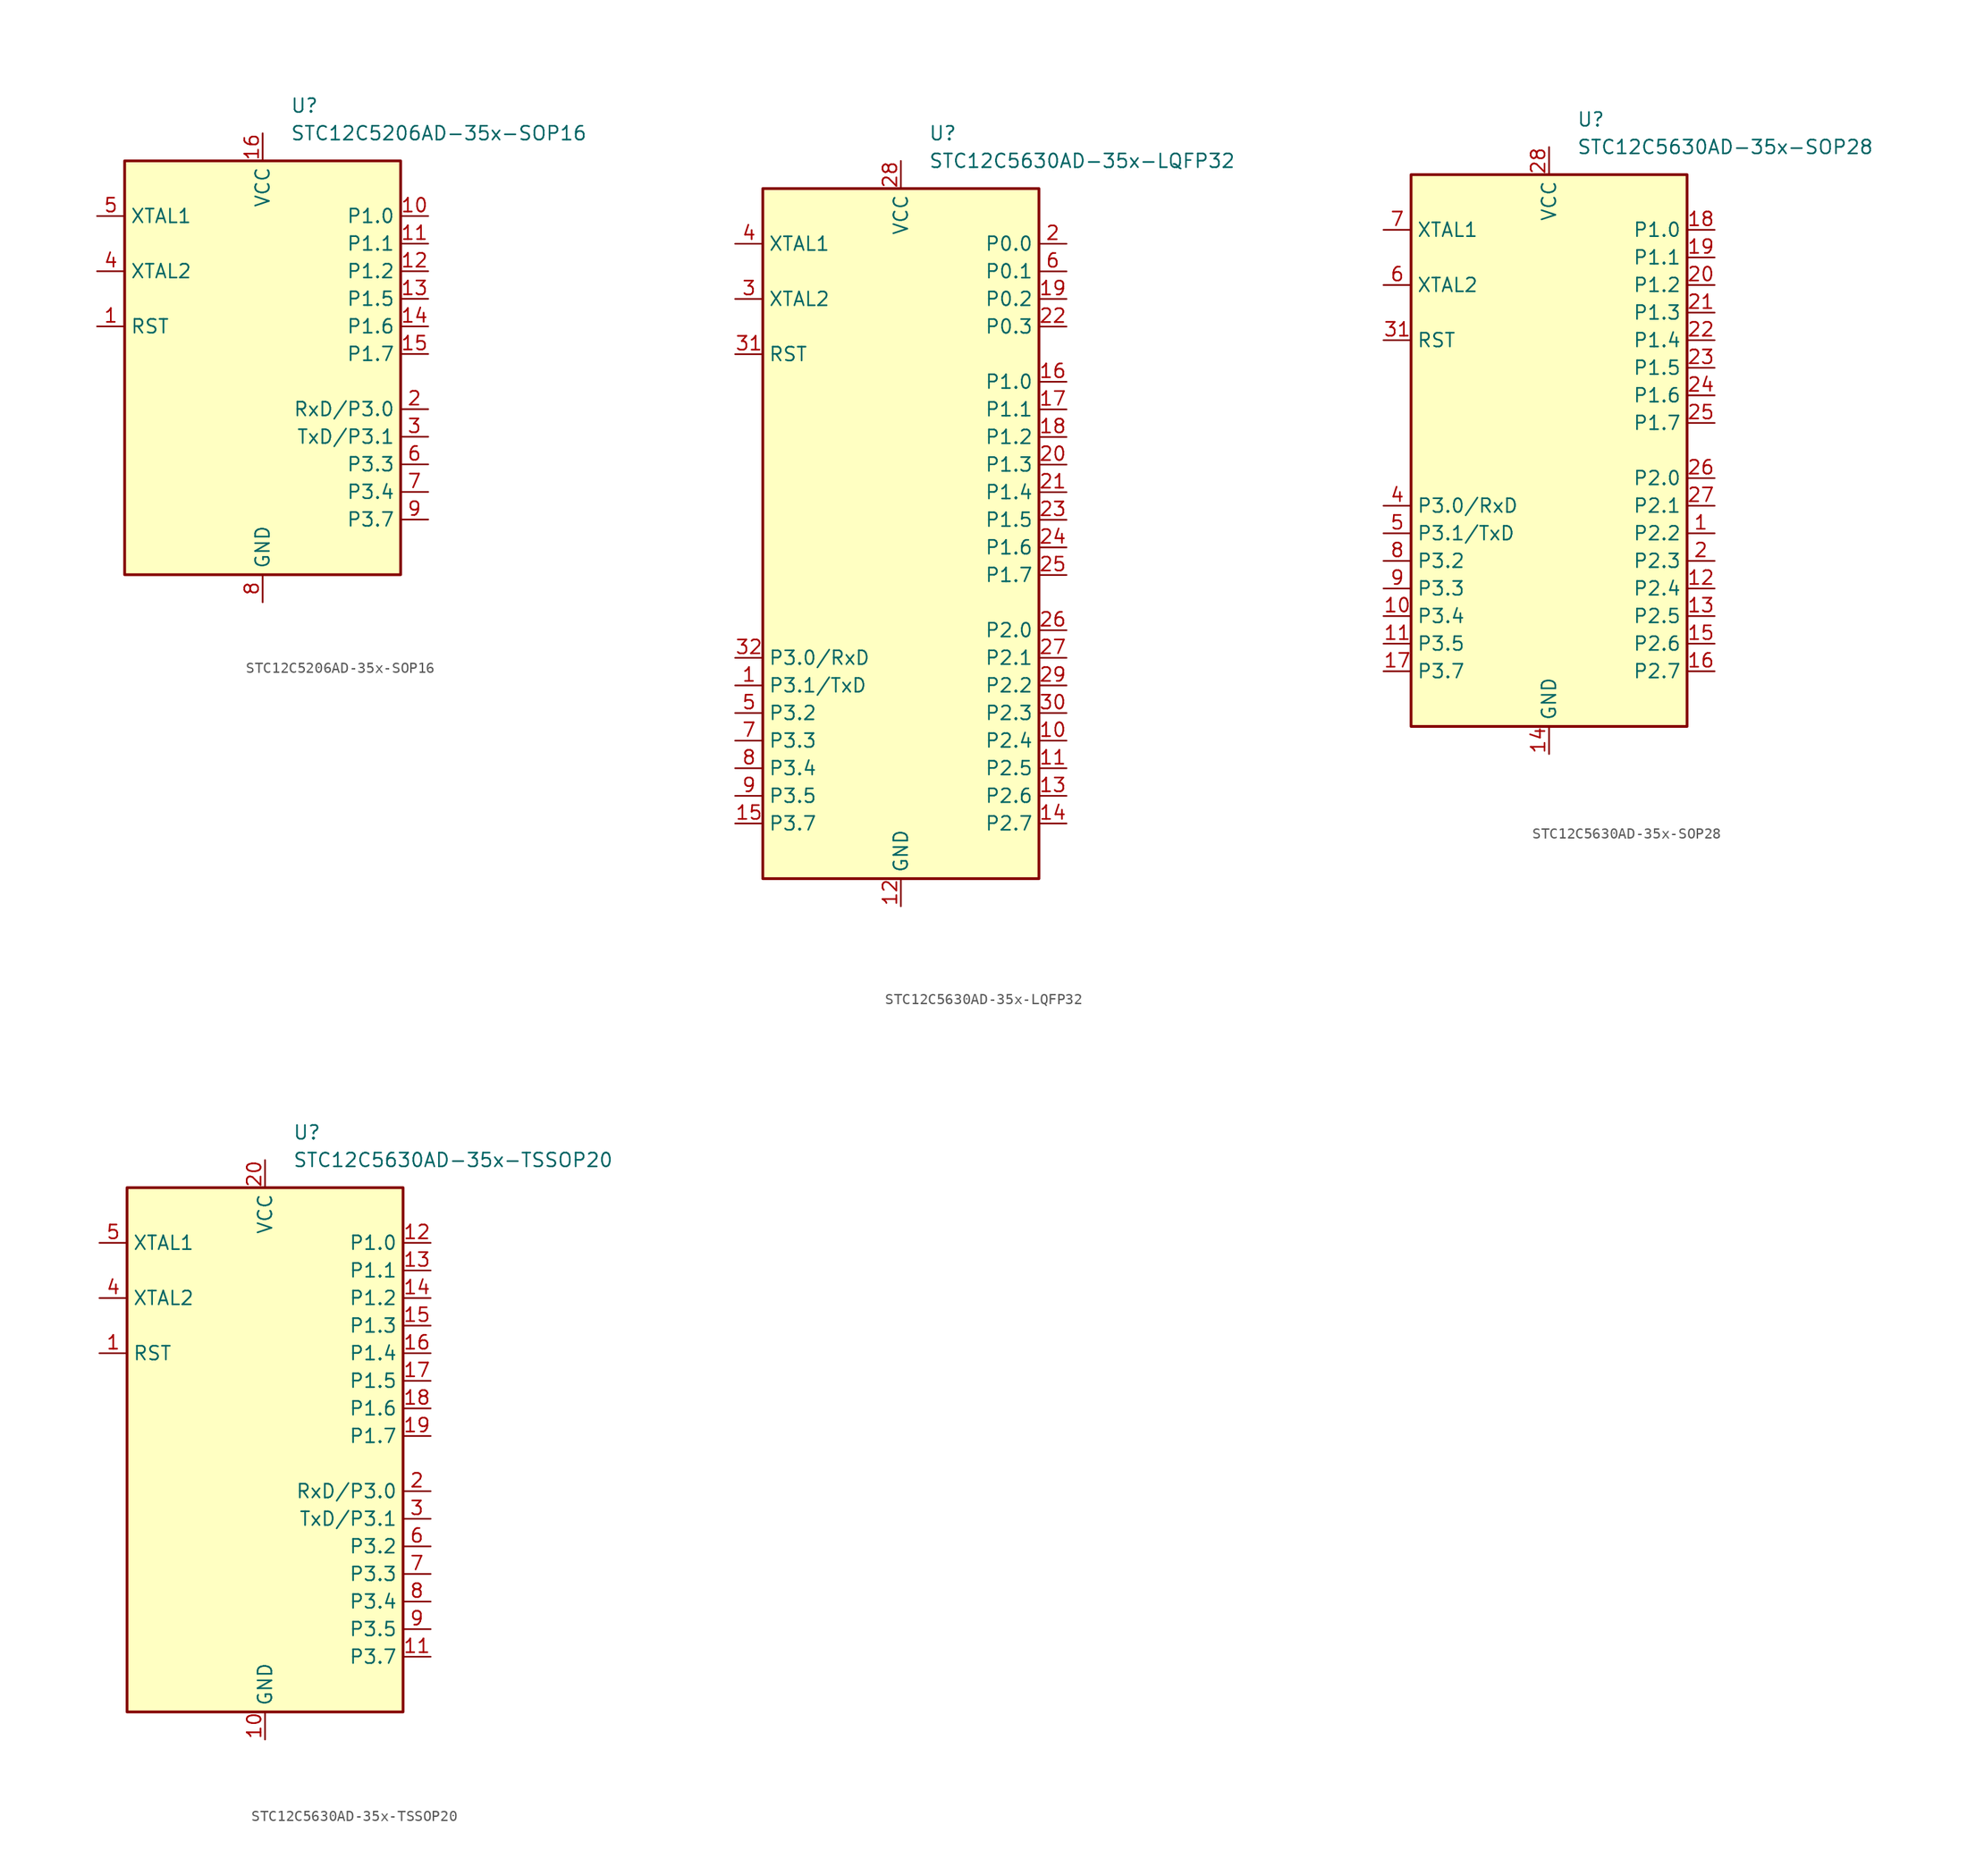
<source format=kicad_sym>
(kicad_symbol_lib
  (version 20211014)
  (generator kicad_symbol_editor)
  (symbol "STC12C5206AD-35x-SOP16"
    (property "Reference" "U"
      (at 2.54 24.13 0)
      (effects (font (size 1.27 1.27)) (justify left)))
    (property "Value" "STC12C5206AD-35x-SOP16"
      (at 2.54 21.59 0)
      (effects (font (size 1.27 1.27)) (justify left)))
    (symbol "STC12C5206AD-35x-SOP16_0_1"
      (rectangle (start -12.7 19.05) (end 12.7 -19.05) (stroke (width 0.254) (type default) (color 0 0 0 0)) (fill (type background))))
    (symbol "STC12C5206AD-35x-SOP16_1_1"
      (pin input line (at -15.24 3.81 0) (length 2.54) (name "RST" (effects (font (size 1.27 1.27)))) (number "1" (effects (font (size 1.27 1.27)))))
      (pin bidirectional line (at 15.24 13.97 180) (length 2.54) (name "P1.0" (effects (font (size 1.27 1.27)))) (number "10" (effects (font (size 1.27 1.27)))))
      (pin bidirectional line (at 15.24 11.43 180) (length 2.54) (name "P1.1" (effects (font (size 1.27 1.27)))) (number "11" (effects (font (size 1.27 1.27)))))
      (pin bidirectional line (at 15.24 8.89 180) (length 2.54) (name "P1.2" (effects (font (size 1.27 1.27)))) (number "12" (effects (font (size 1.27 1.27)))))
      (pin bidirectional line (at 15.24 6.35 180) (length 2.54) (name "P1.5" (effects (font (size 1.27 1.27)))) (number "13" (effects (font (size 1.27 1.27)))))
      (pin bidirectional line (at 15.24 3.81 180) (length 2.54) (name "P1.6" (effects (font (size 1.27 1.27)))) (number "14" (effects (font (size 1.27 1.27)))))
      (pin bidirectional line (at 15.24 1.27 180) (length 2.54) (name "P1.7" (effects (font (size 1.27 1.27)))) (number "15" (effects (font (size 1.27 1.27)))))
      (pin power_in line (at 0 21.59 270) (length 2.54) (name "VCC" (effects (font (size 1.27 1.27)))) (number "16" (effects (font (size 1.27 1.27)))))
      (pin bidirectional line (at 15.24 -3.81 180) (length 2.54) (name "RxD/P3.0" (effects (font (size 1.27 1.27)))) (number "2" (effects (font (size 1.27 1.27)))))
      (pin bidirectional line (at 15.24 -6.35 180) (length 2.54) (name "TxD/P3.1" (effects (font (size 1.27 1.27)))) (number "3" (effects (font (size 1.27 1.27)))))
      (pin output line (at -15.24 8.89 0) (length 2.54) (name "XTAL2" (effects (font (size 1.27 1.27)))) (number "4" (effects (font (size 1.27 1.27)))))
      (pin input line (at -15.24 13.97 0) (length 2.54) (name "XTAL1" (effects (font (size 1.27 1.27)))) (number "5" (effects (font (size 1.27 1.27)))))
      (pin bidirectional line (at 15.24 -8.89 180) (length 2.54) (name "P3.3" (effects (font (size 1.27 1.27)))) (number "6" (effects (font (size 1.27 1.27)))))
      (pin bidirectional line (at 15.24 -11.43 180) (length 2.54) (name "P3.4" (effects (font (size 1.27 1.27)))) (number "7" (effects (font (size 1.27 1.27)))))
      (pin power_in line (at 0 -21.59 90) (length 2.54) (name "GND" (effects (font (size 1.27 1.27)))) (number "8" (effects (font (size 1.27 1.27)))))
      (pin bidirectional line (at 15.24 -13.97 180) (length 2.54) (name "P3.7" (effects (font (size 1.27 1.27)))) (number "9" (effects (font (size 1.27 1.27)))))))
  (symbol "STC12C5630AD-35x-LQFP32"
    (property "Reference" "U"
      (at 2.54 36.83 0)
      (effects (font (size 1.27 1.27)) (justify left)))
    (property "Value" "STC12C5630AD-35x-LQFP32"
      (at 2.54 34.29 0)
      (effects (font (size 1.27 1.27)) (justify left)))
    (symbol "STC12C5630AD-35x-LQFP32_0_1"
      (rectangle (start -12.7 31.75) (end 12.7 -31.75) (stroke (width 0.254) (type default) (color 0 0 0 0)) (fill (type background))))
    (symbol "STC12C5630AD-35x-LQFP32_1_1"
      (pin bidirectional line (at -15.24 -13.97 0) (length 2.54) (name "P3.1/TxD" (effects (font (size 1.27 1.27)))) (number "1" (effects (font (size 1.27 1.27)))))
      (pin bidirectional line (at 15.24 -19.05 180) (length 2.54) (name "P2.4" (effects (font (size 1.27 1.27)))) (number "10" (effects (font (size 1.27 1.27)))))
      (pin bidirectional line (at 15.24 -21.59 180) (length 2.54) (name "P2.5" (effects (font (size 1.27 1.27)))) (number "11" (effects (font (size 1.27 1.27)))))
      (pin power_in line (at 0 -34.29 90) (length 2.54) (name "GND" (effects (font (size 1.27 1.27)))) (number "12" (effects (font (size 1.27 1.27)))))
      (pin bidirectional line (at 15.24 -24.13 180) (length 2.54) (name "P2.6" (effects (font (size 1.27 1.27)))) (number "13" (effects (font (size 1.27 1.27)))))
      (pin bidirectional line (at 15.24 -26.67 180) (length 2.54) (name "P2.7" (effects (font (size 1.27 1.27)))) (number "14" (effects (font (size 1.27 1.27)))))
      (pin bidirectional line (at -15.24 -26.67 0) (length 2.54) (name "P3.7" (effects (font (size 1.27 1.27)))) (number "15" (effects (font (size 1.27 1.27)))))
      (pin bidirectional line (at 15.24 13.97 180) (length 2.54) (name "P1.0" (effects (font (size 1.27 1.27)))) (number "16" (effects (font (size 1.27 1.27)))))
      (pin bidirectional line (at 15.24 11.43 180) (length 2.54) (name "P1.1" (effects (font (size 1.27 1.27)))) (number "17" (effects (font (size 1.27 1.27)))))
      (pin bidirectional line (at 15.24 8.89 180) (length 2.54) (name "P1.2" (effects (font (size 1.27 1.27)))) (number "18" (effects (font (size 1.27 1.27)))))
      (pin bidirectional line (at 15.24 21.59 180) (length 2.54) (name "P0.2" (effects (font (size 1.27 1.27)))) (number "19" (effects (font (size 1.27 1.27)))))
      (pin bidirectional line (at 15.24 26.67 180) (length 2.54) (name "P0.0" (effects (font (size 1.27 1.27)))) (number "2" (effects (font (size 1.27 1.27)))))
      (pin bidirectional line (at 15.24 6.35 180) (length 2.54) (name "P1.3" (effects (font (size 1.27 1.27)))) (number "20" (effects (font (size 1.27 1.27)))))
      (pin bidirectional line (at 15.24 3.81 180) (length 2.54) (name "P1.4" (effects (font (size 1.27 1.27)))) (number "21" (effects (font (size 1.27 1.27)))))
      (pin bidirectional line (at 15.24 19.05 180) (length 2.54) (name "P0.3" (effects (font (size 1.27 1.27)))) (number "22" (effects (font (size 1.27 1.27)))))
      (pin bidirectional line (at 15.24 1.27 180) (length 2.54) (name "P1.5" (effects (font (size 1.27 1.27)))) (number "23" (effects (font (size 1.27 1.27)))))
      (pin bidirectional line (at 15.24 -1.27 180) (length 2.54) (name "P1.6" (effects (font (size 1.27 1.27)))) (number "24" (effects (font (size 1.27 1.27)))))
      (pin bidirectional line (at 15.24 -3.81 180) (length 2.54) (name "P1.7" (effects (font (size 1.27 1.27)))) (number "25" (effects (font (size 1.27 1.27)))))
      (pin bidirectional line (at 15.24 -8.89 180) (length 2.54) (name "P2.0" (effects (font (size 1.27 1.27)))) (number "26" (effects (font (size 1.27 1.27)))))
      (pin bidirectional line (at 15.24 -11.43 180) (length 2.54) (name "P2.1" (effects (font (size 1.27 1.27)))) (number "27" (effects (font (size 1.27 1.27)))))
      (pin power_in line (at 0 34.29 270) (length 2.54) (name "VCC" (effects (font (size 1.27 1.27)))) (number "28" (effects (font (size 1.27 1.27)))))
      (pin bidirectional line (at 15.24 -13.97 180) (length 2.54) (name "P2.2" (effects (font (size 1.27 1.27)))) (number "29" (effects (font (size 1.27 1.27)))))
      (pin output line (at -15.24 21.59 0) (length 2.54) (name "XTAL2" (effects (font (size 1.27 1.27)))) (number "3" (effects (font (size 1.27 1.27)))))
      (pin bidirectional line (at 15.24 -16.51 180) (length 2.54) (name "P2.3" (effects (font (size 1.27 1.27)))) (number "30" (effects (font (size 1.27 1.27)))))
      (pin input line (at -15.24 16.51 0) (length 2.54) (name "RST" (effects (font (size 1.27 1.27)))) (number "31" (effects (font (size 1.27 1.27)))))
      (pin bidirectional line (at -15.24 -11.43 0) (length 2.54) (name "P3.0/RxD" (effects (font (size 1.27 1.27)))) (number "32" (effects (font (size 1.27 1.27)))))
      (pin input line (at -15.24 26.67 0) (length 2.54) (name "XTAL1" (effects (font (size 1.27 1.27)))) (number "4" (effects (font (size 1.27 1.27)))))
      (pin bidirectional line (at -15.24 -16.51 0) (length 2.54) (name "P3.2" (effects (font (size 1.27 1.27)))) (number "5" (effects (font (size 1.27 1.27)))))
      (pin bidirectional line (at 15.24 24.13 180) (length 2.54) (name "P0.1" (effects (font (size 1.27 1.27)))) (number "6" (effects (font (size 1.27 1.27)))))
      (pin bidirectional line (at -15.24 -19.05 0) (length 2.54) (name "P3.3" (effects (font (size 1.27 1.27)))) (number "7" (effects (font (size 1.27 1.27)))))
      (pin bidirectional line (at -15.24 -21.59 0) (length 2.54) (name "P3.4" (effects (font (size 1.27 1.27)))) (number "8" (effects (font (size 1.27 1.27)))))
      (pin bidirectional line (at -15.24 -24.13 0) (length 2.54) (name "P3.5" (effects (font (size 1.27 1.27)))) (number "9" (effects (font (size 1.27 1.27)))))))
  (symbol "STC12C5630AD-35x-SOP28"
    (property "Reference" "U"
      (at 2.54 30.48 0)
      (effects (font (size 1.27 1.27)) (justify left)))
    (property "Value" "STC12C5630AD-35x-SOP28"
      (at 2.54 27.94 0)
      (effects (font (size 1.27 1.27)) (justify left)))
    (symbol "STC12C5630AD-35x-SOP28_0_1"
      (rectangle (start -12.7 25.4) (end 12.7 -25.4) (stroke (width 0.254) (type default) (color 0 0 0 0)) (fill (type background))))
    (symbol "STC12C5630AD-35x-SOP28_1_1"
      (pin bidirectional line (at 15.24 -7.62 180) (length 2.54) (name "P2.2" (effects (font (size 1.27 1.27)))) (number "1" (effects (font (size 1.27 1.27)))))
      (pin bidirectional line (at -15.24 -15.24 0) (length 2.54) (name "P3.4" (effects (font (size 1.27 1.27)))) (number "10" (effects (font (size 1.27 1.27)))))
      (pin bidirectional line (at -15.24 -17.78 0) (length 2.54) (name "P3.5" (effects (font (size 1.27 1.27)))) (number "11" (effects (font (size 1.27 1.27)))))
      (pin bidirectional line (at 15.24 -12.7 180) (length 2.54) (name "P2.4" (effects (font (size 1.27 1.27)))) (number "12" (effects (font (size 1.27 1.27)))))
      (pin bidirectional line (at 15.24 -15.24 180) (length 2.54) (name "P2.5" (effects (font (size 1.27 1.27)))) (number "13" (effects (font (size 1.27 1.27)))))
      (pin power_in line (at 0 -27.94 90) (length 2.54) (name "GND" (effects (font (size 1.27 1.27)))) (number "14" (effects (font (size 1.27 1.27)))))
      (pin bidirectional line (at 15.24 -17.78 180) (length 2.54) (name "P2.6" (effects (font (size 1.27 1.27)))) (number "15" (effects (font (size 1.27 1.27)))))
      (pin bidirectional line (at 15.24 -20.32 180) (length 2.54) (name "P2.7" (effects (font (size 1.27 1.27)))) (number "16" (effects (font (size 1.27 1.27)))))
      (pin bidirectional line (at -15.24 -20.32 0) (length 2.54) (name "P3.7" (effects (font (size 1.27 1.27)))) (number "17" (effects (font (size 1.27 1.27)))))
      (pin bidirectional line (at 15.24 20.32 180) (length 2.54) (name "P1.0" (effects (font (size 1.27 1.27)))) (number "18" (effects (font (size 1.27 1.27)))))
      (pin bidirectional line (at 15.24 17.78 180) (length 2.54) (name "P1.1" (effects (font (size 1.27 1.27)))) (number "19" (effects (font (size 1.27 1.27)))))
      (pin bidirectional line (at 15.24 -10.16 180) (length 2.54) (name "P2.3" (effects (font (size 1.27 1.27)))) (number "2" (effects (font (size 1.27 1.27)))))
      (pin bidirectional line (at 15.24 15.24 180) (length 2.54) (name "P1.2" (effects (font (size 1.27 1.27)))) (number "20" (effects (font (size 1.27 1.27)))))
      (pin bidirectional line (at 15.24 12.7 180) (length 2.54) (name "P1.3" (effects (font (size 1.27 1.27)))) (number "21" (effects (font (size 1.27 1.27)))))
      (pin bidirectional line (at 15.24 10.16 180) (length 2.54) (name "P1.4" (effects (font (size 1.27 1.27)))) (number "22" (effects (font (size 1.27 1.27)))))
      (pin bidirectional line (at 15.24 7.62 180) (length 2.54) (name "P1.5" (effects (font (size 1.27 1.27)))) (number "23" (effects (font (size 1.27 1.27)))))
      (pin bidirectional line (at 15.24 5.08 180) (length 2.54) (name "P1.6" (effects (font (size 1.27 1.27)))) (number "24" (effects (font (size 1.27 1.27)))))
      (pin bidirectional line (at 15.24 2.54 180) (length 2.54) (name "P1.7" (effects (font (size 1.27 1.27)))) (number "25" (effects (font (size 1.27 1.27)))))
      (pin bidirectional line (at 15.24 -2.54 180) (length 2.54) (name "P2.0" (effects (font (size 1.27 1.27)))) (number "26" (effects (font (size 1.27 1.27)))))
      (pin bidirectional line (at 15.24 -5.08 180) (length 2.54) (name "P2.1" (effects (font (size 1.27 1.27)))) (number "27" (effects (font (size 1.27 1.27)))))
      (pin power_in line (at 0 27.94 270) (length 2.54) (name "VCC" (effects (font (size 1.27 1.27)))) (number "28" (effects (font (size 1.27 1.27)))))
      (pin input line (at -15.24 10.16 0) (length 2.54) (name "RST" (effects (font (size 1.27 1.27)))) (number "31" (effects (font (size 1.27 1.27)))))
      (pin bidirectional line (at -15.24 -5.08 0) (length 2.54) (name "P3.0/RxD" (effects (font (size 1.27 1.27)))) (number "4" (effects (font (size 1.27 1.27)))))
      (pin bidirectional line (at -15.24 -7.62 0) (length 2.54) (name "P3.1/TxD" (effects (font (size 1.27 1.27)))) (number "5" (effects (font (size 1.27 1.27)))))
      (pin output line (at -15.24 15.24 0) (length 2.54) (name "XTAL2" (effects (font (size 1.27 1.27)))) (number "6" (effects (font (size 1.27 1.27)))))
      (pin input line (at -15.24 20.32 0) (length 2.54) (name "XTAL1" (effects (font (size 1.27 1.27)))) (number "7" (effects (font (size 1.27 1.27)))))
      (pin bidirectional line (at -15.24 -10.16 0) (length 2.54) (name "P3.2" (effects (font (size 1.27 1.27)))) (number "8" (effects (font (size 1.27 1.27)))))
      (pin bidirectional line (at -15.24 -12.7 0) (length 2.54) (name "P3.3" (effects (font (size 1.27 1.27)))) (number "9" (effects (font (size 1.27 1.27)))))))
  (symbol "STC12C5630AD-35x-TSSOP20"
    (property "Reference" "U"
      (at 2.54 29.21 0)
      (effects (font (size 1.27 1.27)) (justify left)))
    (property "Value" "STC12C5630AD-35x-TSSOP20"
      (at 2.54 26.67 0)
      (effects (font (size 1.27 1.27)) (justify left)))
    (symbol "STC12C5630AD-35x-TSSOP20_0_1"
      (rectangle (start -12.7 24.13) (end 12.7 -24.13) (stroke (width 0.254) (type default) (color 0 0 0 0)) (fill (type background))))
    (symbol "STC12C5630AD-35x-TSSOP20_1_1"
      (pin input line (at -15.24 8.89 0) (length 2.54) (name "RST" (effects (font (size 1.27 1.27)))) (number "1" (effects (font (size 1.27 1.27)))))
      (pin power_in line (at 0 -26.67 90) (length 2.54) (name "GND" (effects (font (size 1.27 1.27)))) (number "10" (effects (font (size 1.27 1.27)))))
      (pin bidirectional line (at 15.24 -19.05 180) (length 2.54) (name "P3.7" (effects (font (size 1.27 1.27)))) (number "11" (effects (font (size 1.27 1.27)))))
      (pin bidirectional line (at 15.24 19.05 180) (length 2.54) (name "P1.0" (effects (font (size 1.27 1.27)))) (number "12" (effects (font (size 1.27 1.27)))))
      (pin bidirectional line (at 15.24 16.51 180) (length 2.54) (name "P1.1" (effects (font (size 1.27 1.27)))) (number "13" (effects (font (size 1.27 1.27)))))
      (pin bidirectional line (at 15.24 13.97 180) (length 2.54) (name "P1.2" (effects (font (size 1.27 1.27)))) (number "14" (effects (font (size 1.27 1.27)))))
      (pin bidirectional line (at 15.24 11.43 180) (length 2.54) (name "P1.3" (effects (font (size 1.27 1.27)))) (number "15" (effects (font (size 1.27 1.27)))))
      (pin bidirectional line (at 15.24 8.89 180) (length 2.54) (name "P1.4" (effects (font (size 1.27 1.27)))) (number "16" (effects (font (size 1.27 1.27)))))
      (pin bidirectional line (at 15.24 6.35 180) (length 2.54) (name "P1.5" (effects (font (size 1.27 1.27)))) (number "17" (effects (font (size 1.27 1.27)))))
      (pin bidirectional line (at 15.24 3.81 180) (length 2.54) (name "P1.6" (effects (font (size 1.27 1.27)))) (number "18" (effects (font (size 1.27 1.27)))))
      (pin bidirectional line (at 15.24 1.27 180) (length 2.54) (name "P1.7" (effects (font (size 1.27 1.27)))) (number "19" (effects (font (size 1.27 1.27)))))
      (pin bidirectional line (at 15.24 -3.81 180) (length 2.54) (name "RxD/P3.0" (effects (font (size 1.27 1.27)))) (number "2" (effects (font (size 1.27 1.27)))))
      (pin power_in line (at 0 26.67 270) (length 2.54) (name "VCC" (effects (font (size 1.27 1.27)))) (number "20" (effects (font (size 1.27 1.27)))))
      (pin bidirectional line (at 15.24 -6.35 180) (length 2.54) (name "TxD/P3.1" (effects (font (size 1.27 1.27)))) (number "3" (effects (font (size 1.27 1.27)))))
      (pin output line (at -15.24 13.97 0) (length 2.54) (name "XTAL2" (effects (font (size 1.27 1.27)))) (number "4" (effects (font (size 1.27 1.27)))))
      (pin input line (at -15.24 19.05 0) (length 2.54) (name "XTAL1" (effects (font (size 1.27 1.27)))) (number "5" (effects (font (size 1.27 1.27)))))
      (pin bidirectional line (at 15.24 -8.89 180) (length 2.54) (name "P3.2" (effects (font (size 1.27 1.27)))) (number "6" (effects (font (size 1.27 1.27)))))
      (pin bidirectional line (at 15.24 -11.43 180) (length 2.54) (name "P3.3" (effects (font (size 1.27 1.27)))) (number "7" (effects (font (size 1.27 1.27)))))
      (pin bidirectional line (at 15.24 -13.97 180) (length 2.54) (name "P3.4" (effects (font (size 1.27 1.27)))) (number "8" (effects (font (size 1.27 1.27)))))
      (pin bidirectional line (at 15.24 -16.51 180) (length 2.54) (name "P3.5" (effects (font (size 1.27 1.27)))) (number "9" (effects (font (size 1.27 1.27))))))))
</source>
